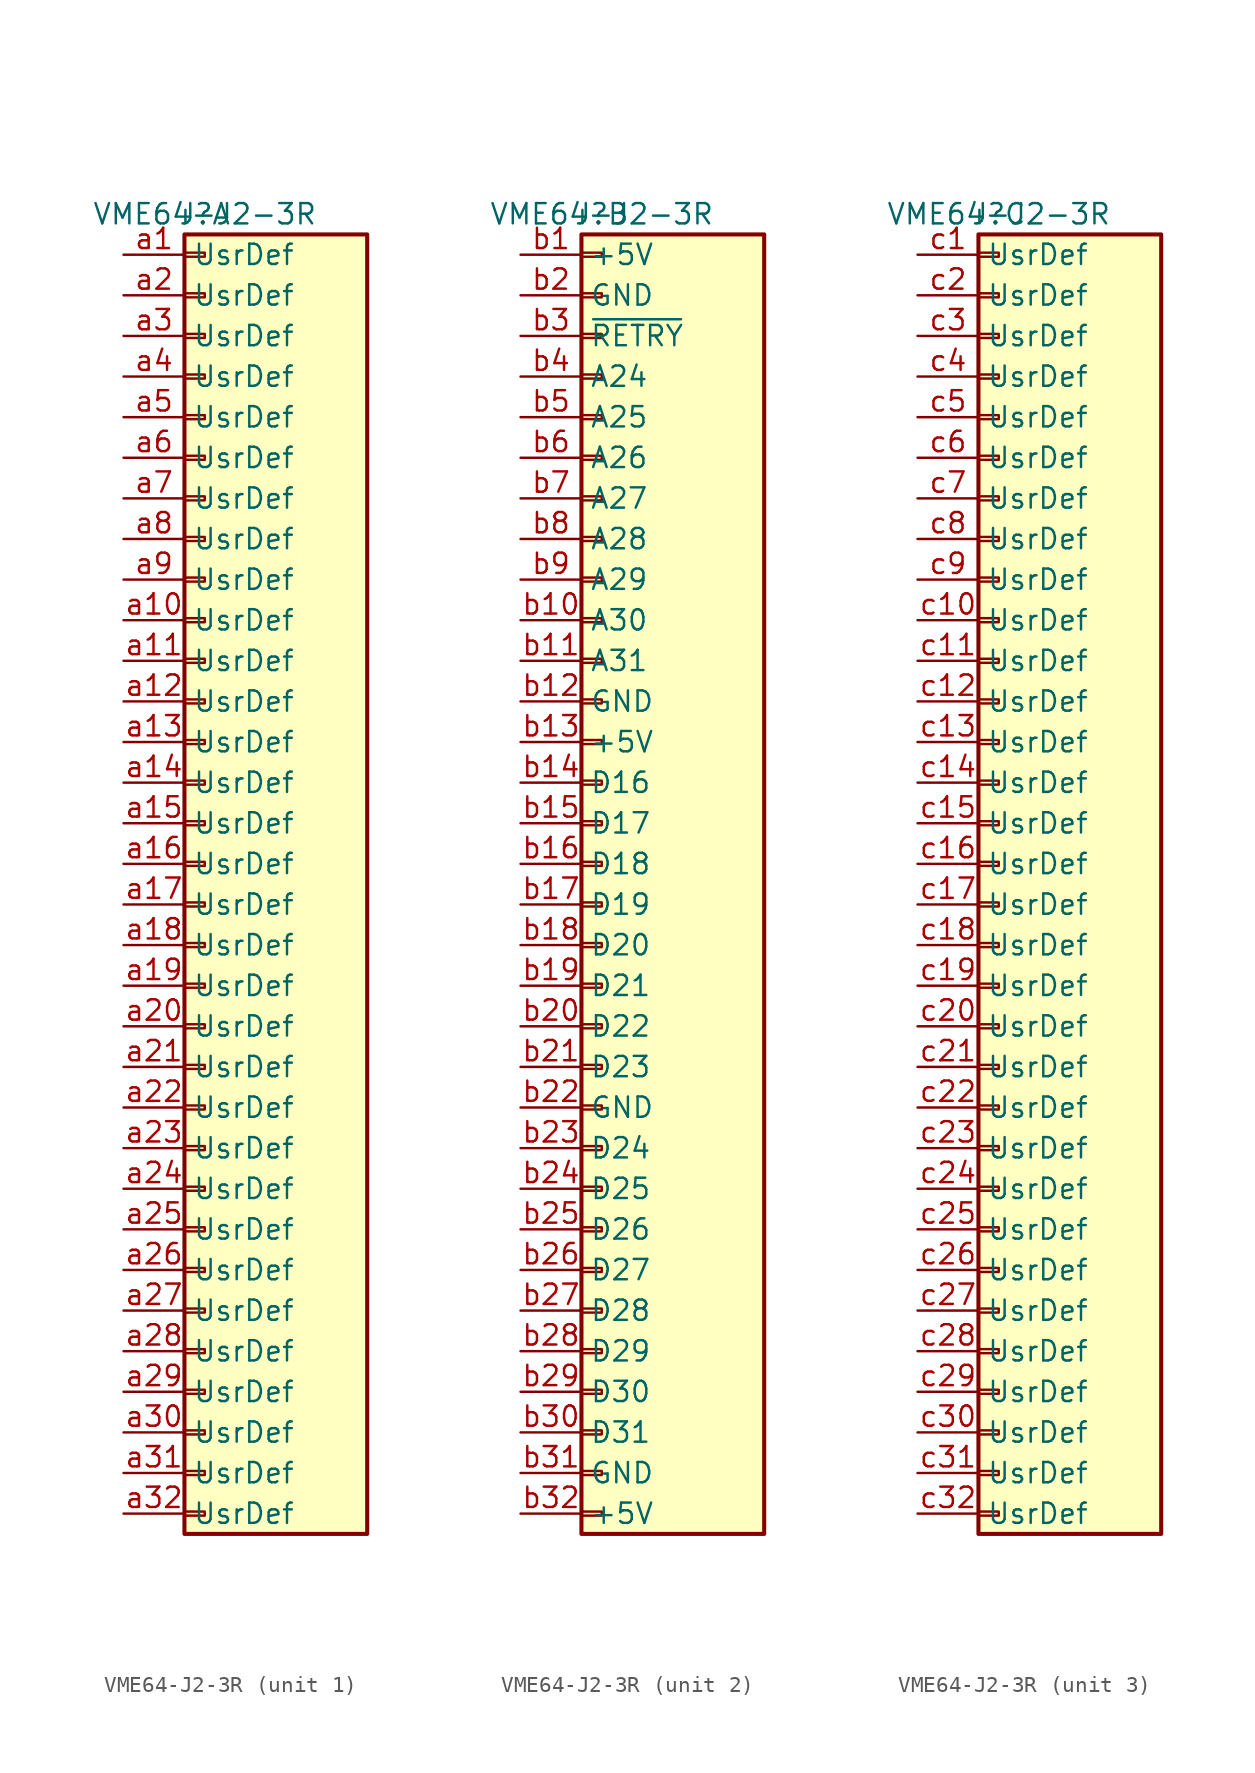
<source format=kicad_sym>
(kicad_symbol_lib
  (version 20231120)
  (generator "kicad_symbol_editor")
  (generator_version "8.0")
  (symbol "VME64-J2-3R"
    (property "Reference" "J"
      (at 0 40.64 0)
      (effects (font (size 1.27 1.27))))
    (property "Value" "VME64-J2-3R"
      (at 0 40.64 0)
      (effects (font (size 1.27 1.27))))
    (property "ki_locked" ""
      (at 0 0 0)
      (effects (font (size 1.27 1.27))))
    (symbol "VME64-J2-3R_1_1"
      (rectangle (start -1.27 -40.513) (end 0 -40.767) (stroke (width 0.152) (type default)) (fill (type none)))
      (rectangle (start -1.27 -37.973) (end 0 -38.227) (stroke (width 0.152) (type default)) (fill (type none)))
      (rectangle (start -1.27 -35.433) (end 0 -35.687) (stroke (width 0.152) (type default)) (fill (type none)))
      (rectangle (start -1.27 -32.893) (end 0 -33.147) (stroke (width 0.152) (type default)) (fill (type none)))
      (rectangle (start -1.27 -30.353) (end 0 -30.607) (stroke (width 0.152) (type default)) (fill (type none)))
      (rectangle (start -1.27 -27.813) (end 0 -28.067) (stroke (width 0.152) (type default)) (fill (type none)))
      (rectangle (start -1.27 -25.273) (end 0 -25.527) (stroke (width 0.152) (type default)) (fill (type none)))
      (rectangle (start -1.27 -22.733) (end 0 -22.987) (stroke (width 0.152) (type default)) (fill (type none)))
      (rectangle (start -1.27 -20.193) (end 0 -20.447) (stroke (width 0.152) (type default)) (fill (type none)))
      (rectangle (start -1.27 -17.653) (end 0 -17.907) (stroke (width 0.152) (type default)) (fill (type none)))
      (rectangle (start -1.27 -15.113) (end 0 -15.367) (stroke (width 0.152) (type default)) (fill (type none)))
      (rectangle (start -1.27 -12.573) (end 0 -12.827) (stroke (width 0.152) (type default)) (fill (type none)))
      (rectangle (start -1.27 -10.033) (end 0 -10.287) (stroke (width 0.152) (type default)) (fill (type none)))
      (rectangle (start -1.27 -7.493) (end 0 -7.747) (stroke (width 0.152) (type default)) (fill (type none)))
      (rectangle (start -1.27 -4.953) (end 0 -5.207) (stroke (width 0.152) (type default)) (fill (type none)))
      (rectangle (start -1.27 -2.413) (end 0 -2.667) (stroke (width 0.152) (type default)) (fill (type none)))
      (rectangle (start -1.27 0.127) (end 0 -0.127) (stroke (width 0.152) (type default)) (fill (type none)))
      (rectangle (start -1.27 2.667) (end 0 2.413) (stroke (width 0.152) (type default)) (fill (type none)))
      (rectangle (start -1.27 5.207) (end 0 4.953) (stroke (width 0.152) (type default)) (fill (type none)))
      (rectangle (start -1.27 7.747) (end 0 7.493) (stroke (width 0.152) (type default)) (fill (type none)))
      (rectangle (start -1.27 10.287) (end 0 10.033) (stroke (width 0.152) (type default)) (fill (type none)))
      (rectangle (start -1.27 12.827) (end 0 12.573) (stroke (width 0.152) (type default)) (fill (type none)))
      (rectangle (start -1.27 15.367) (end 0 15.113) (stroke (width 0.152) (type default)) (fill (type none)))
      (rectangle (start -1.27 17.907) (end 0 17.653) (stroke (width 0.152) (type default)) (fill (type none)))
      (rectangle (start -1.27 20.447) (end 0 20.193) (stroke (width 0.152) (type default)) (fill (type none)))
      (rectangle (start -1.27 22.987) (end 0 22.733) (stroke (width 0.152) (type default)) (fill (type none)))
      (rectangle (start -1.27 25.527) (end 0 25.273) (stroke (width 0.152) (type default)) (fill (type none)))
      (rectangle (start -1.27 28.067) (end 0 27.813) (stroke (width 0.152) (type default)) (fill (type none)))
      (rectangle (start -1.27 30.607) (end 0 30.353) (stroke (width 0.152) (type default)) (fill (type none)))
      (rectangle (start -1.27 33.147) (end 0 32.893) (stroke (width 0.152) (type default)) (fill (type none)))
      (rectangle (start -1.27 35.687) (end 0 35.433) (stroke (width 0.152) (type default)) (fill (type none)))
      (rectangle (start -1.27 38.227) (end 0 37.973) (stroke (width 0.152) (type default)) (fill (type none)))
      (rectangle (start -1.27 39.37) (end 10.16 -41.91) (stroke (width 0.254) (type default)) (fill (type background)))
      (pin bidirectional line (at -5.08 38.1 0) (length 3.81) (name "UsrDef" (effects (font (size 1.27 1.27)))) (number "a1" (effects (font (size 1.27 1.27)))))
      (pin bidirectional line (at -5.08 15.24 0) (length 3.81) (name "UsrDef" (effects (font (size 1.27 1.27)))) (number "a10" (effects (font (size 1.27 1.27)))))
      (pin bidirectional line (at -5.08 12.7 0) (length 3.81) (name "UsrDef" (effects (font (size 1.27 1.27)))) (number "a11" (effects (font (size 1.27 1.27)))))
      (pin bidirectional line (at -5.08 10.16 0) (length 3.81) (name "UsrDef" (effects (font (size 1.27 1.27)))) (number "a12" (effects (font (size 1.27 1.27)))))
      (pin bidirectional line (at -5.08 7.62 0) (length 3.81) (name "UsrDef" (effects (font (size 1.27 1.27)))) (number "a13" (effects (font (size 1.27 1.27)))))
      (pin bidirectional line (at -5.08 5.08 0) (length 3.81) (name "UsrDef" (effects (font (size 1.27 1.27)))) (number "a14" (effects (font (size 1.27 1.27)))))
      (pin bidirectional line (at -5.08 2.54 0) (length 3.81) (name "UsrDef" (effects (font (size 1.27 1.27)))) (number "a15" (effects (font (size 1.27 1.27)))))
      (pin bidirectional line (at -5.08 0 0) (length 3.81) (name "UsrDef" (effects (font (size 1.27 1.27)))) (number "a16" (effects (font (size 1.27 1.27)))))
      (pin bidirectional line (at -5.08 -2.54 0) (length 3.81) (name "UsrDef" (effects (font (size 1.27 1.27)))) (number "a17" (effects (font (size 1.27 1.27)))))
      (pin bidirectional line (at -5.08 -5.08 0) (length 3.81) (name "UsrDef" (effects (font (size 1.27 1.27)))) (number "a18" (effects (font (size 1.27 1.27)))))
      (pin bidirectional line (at -5.08 -7.62 0) (length 3.81) (name "UsrDef" (effects (font (size 1.27 1.27)))) (number "a19" (effects (font (size 1.27 1.27)))))
      (pin bidirectional line (at -5.08 35.56 0) (length 3.81) (name "UsrDef" (effects (font (size 1.27 1.27)))) (number "a2" (effects (font (size 1.27 1.27)))))
      (pin bidirectional line (at -5.08 -10.16 0) (length 3.81) (name "UsrDef" (effects (font (size 1.27 1.27)))) (number "a20" (effects (font (size 1.27 1.27)))))
      (pin bidirectional line (at -5.08 -12.7 0) (length 3.81) (name "UsrDef" (effects (font (size 1.27 1.27)))) (number "a21" (effects (font (size 1.27 1.27)))))
      (pin bidirectional line (at -5.08 -15.24 0) (length 3.81) (name "UsrDef" (effects (font (size 1.27 1.27)))) (number "a22" (effects (font (size 1.27 1.27)))))
      (pin bidirectional line (at -5.08 -17.78 0) (length 3.81) (name "UsrDef" (effects (font (size 1.27 1.27)))) (number "a23" (effects (font (size 1.27 1.27)))))
      (pin bidirectional line (at -5.08 -20.32 0) (length 3.81) (name "UsrDef" (effects (font (size 1.27 1.27)))) (number "a24" (effects (font (size 1.27 1.27)))))
      (pin bidirectional line (at -5.08 -22.86 0) (length 3.81) (name "UsrDef" (effects (font (size 1.27 1.27)))) (number "a25" (effects (font (size 1.27 1.27)))))
      (pin bidirectional line (at -5.08 -25.4 0) (length 3.81) (name "UsrDef" (effects (font (size 1.27 1.27)))) (number "a26" (effects (font (size 1.27 1.27)))))
      (pin bidirectional line (at -5.08 -27.94 0) (length 3.81) (name "UsrDef" (effects (font (size 1.27 1.27)))) (number "a27" (effects (font (size 1.27 1.27)))))
      (pin bidirectional line (at -5.08 -30.48 0) (length 3.81) (name "UsrDef" (effects (font (size 1.27 1.27)))) (number "a28" (effects (font (size 1.27 1.27)))))
      (pin bidirectional line (at -5.08 -33.02 0) (length 3.81) (name "UsrDef" (effects (font (size 1.27 1.27)))) (number "a29" (effects (font (size 1.27 1.27)))))
      (pin bidirectional line (at -5.08 33.02 0) (length 3.81) (name "UsrDef" (effects (font (size 1.27 1.27)))) (number "a3" (effects (font (size 1.27 1.27)))))
      (pin bidirectional line (at -5.08 -35.56 0) (length 3.81) (name "UsrDef" (effects (font (size 1.27 1.27)))) (number "a30" (effects (font (size 1.27 1.27)))))
      (pin bidirectional line (at -5.08 -38.1 0) (length 3.81) (name "UsrDef" (effects (font (size 1.27 1.27)))) (number "a31" (effects (font (size 1.27 1.27)))))
      (pin bidirectional line (at -5.08 -40.64 0) (length 3.81) (name "UsrDef" (effects (font (size 1.27 1.27)))) (number "a32" (effects (font (size 1.27 1.27)))))
      (pin bidirectional line (at -5.08 30.48 0) (length 3.81) (name "UsrDef" (effects (font (size 1.27 1.27)))) (number "a4" (effects (font (size 1.27 1.27)))))
      (pin bidirectional line (at -5.08 27.94 0) (length 3.81) (name "UsrDef" (effects (font (size 1.27 1.27)))) (number "a5" (effects (font (size 1.27 1.27)))))
      (pin bidirectional line (at -5.08 25.4 0) (length 3.81) (name "UsrDef" (effects (font (size 1.27 1.27)))) (number "a6" (effects (font (size 1.27 1.27)))))
      (pin bidirectional line (at -5.08 22.86 0) (length 3.81) (name "UsrDef" (effects (font (size 1.27 1.27)))) (number "a7" (effects (font (size 1.27 1.27)))))
      (pin bidirectional line (at -5.08 20.32 0) (length 3.81) (name "UsrDef" (effects (font (size 1.27 1.27)))) (number "a8" (effects (font (size 1.27 1.27)))))
      (pin bidirectional line (at -5.08 17.78 0) (length 3.81) (name "UsrDef" (effects (font (size 1.27 1.27)))) (number "a9" (effects (font (size 1.27 1.27))))))
    (symbol "VME64-J2-3R_2_1"
      (rectangle (start -1.27 -40.513) (end 0 -40.767) (stroke (width 0.152) (type default)) (fill (type none)))
      (rectangle (start -1.27 -37.973) (end 0 -38.227) (stroke (width 0.152) (type default)) (fill (type none)))
      (rectangle (start -1.27 -35.433) (end 0 -35.687) (stroke (width 0.152) (type default)) (fill (type none)))
      (rectangle (start -1.27 -32.893) (end 0 -33.147) (stroke (width 0.152) (type default)) (fill (type none)))
      (rectangle (start -1.27 -30.353) (end 0 -30.607) (stroke (width 0.152) (type default)) (fill (type none)))
      (rectangle (start -1.27 -27.813) (end 0 -28.067) (stroke (width 0.152) (type default)) (fill (type none)))
      (rectangle (start -1.27 -25.273) (end 0 -25.527) (stroke (width 0.152) (type default)) (fill (type none)))
      (rectangle (start -1.27 -22.733) (end 0 -22.987) (stroke (width 0.152) (type default)) (fill (type none)))
      (rectangle (start -1.27 -20.193) (end 0 -20.447) (stroke (width 0.152) (type default)) (fill (type none)))
      (rectangle (start -1.27 -17.653) (end 0 -17.907) (stroke (width 0.152) (type default)) (fill (type none)))
      (rectangle (start -1.27 -15.113) (end 0 -15.367) (stroke (width 0.152) (type default)) (fill (type none)))
      (rectangle (start -1.27 -12.573) (end 0 -12.827) (stroke (width 0.152) (type default)) (fill (type none)))
      (rectangle (start -1.27 -10.033) (end 0 -10.287) (stroke (width 0.152) (type default)) (fill (type none)))
      (rectangle (start -1.27 -7.493) (end 0 -7.747) (stroke (width 0.152) (type default)) (fill (type none)))
      (rectangle (start -1.27 -4.953) (end 0 -5.207) (stroke (width 0.152) (type default)) (fill (type none)))
      (rectangle (start -1.27 -2.413) (end 0 -2.667) (stroke (width 0.152) (type default)) (fill (type none)))
      (rectangle (start -1.27 0.127) (end 0 -0.127) (stroke (width 0.152) (type default)) (fill (type none)))
      (rectangle (start -1.27 2.667) (end 0 2.413) (stroke (width 0.152) (type default)) (fill (type none)))
      (rectangle (start -1.27 5.207) (end 0 4.953) (stroke (width 0.152) (type default)) (fill (type none)))
      (rectangle (start -1.27 7.747) (end 0 7.493) (stroke (width 0.152) (type default)) (fill (type none)))
      (rectangle (start -1.27 10.287) (end 0 10.033) (stroke (width 0.152) (type default)) (fill (type none)))
      (rectangle (start -1.27 12.827) (end 0 12.573) (stroke (width 0.152) (type default)) (fill (type none)))
      (rectangle (start -1.27 15.367) (end 0 15.113) (stroke (width 0.152) (type default)) (fill (type none)))
      (rectangle (start -1.27 17.907) (end 0 17.653) (stroke (width 0.152) (type default)) (fill (type none)))
      (rectangle (start -1.27 20.447) (end 0 20.193) (stroke (width 0.152) (type default)) (fill (type none)))
      (rectangle (start -1.27 22.987) (end 0 22.733) (stroke (width 0.152) (type default)) (fill (type none)))
      (rectangle (start -1.27 25.527) (end 0 25.273) (stroke (width 0.152) (type default)) (fill (type none)))
      (rectangle (start -1.27 28.067) (end 0 27.813) (stroke (width 0.152) (type default)) (fill (type none)))
      (rectangle (start -1.27 30.607) (end 0 30.353) (stroke (width 0.152) (type default)) (fill (type none)))
      (rectangle (start -1.27 33.147) (end 0 32.893) (stroke (width 0.152) (type default)) (fill (type none)))
      (rectangle (start -1.27 35.687) (end 0 35.433) (stroke (width 0.152) (type default)) (fill (type none)))
      (rectangle (start -1.27 38.227) (end 0 37.973) (stroke (width 0.152) (type default)) (fill (type none)))
      (rectangle (start -1.27 39.37) (end 10.16 -41.91) (stroke (width 0.254) (type default)) (fill (type background)))
      (pin power_in line (at -5.08 38.1 0) (length 3.81) (name "+5V" (effects (font (size 1.27 1.27)))) (number "b1" (effects (font (size 1.27 1.27)))))
      (pin bidirectional line (at -5.08 15.24 0) (length 3.81) (name "A30" (effects (font (size 1.27 1.27)))) (number "b10" (effects (font (size 1.27 1.27)))))
      (pin bidirectional line (at -5.08 12.7 0) (length 3.81) (name "A31" (effects (font (size 1.27 1.27)))) (number "b11" (effects (font (size 1.27 1.27)))))
      (pin power_in line (at -5.08 10.16 0) (length 3.81) (name "GND" (effects (font (size 1.27 1.27)))) (number "b12" (effects (font (size 1.27 1.27)))))
      (pin power_in line (at -5.08 7.62 0) (length 3.81) (name "+5V" (effects (font (size 1.27 1.27)))) (number "b13" (effects (font (size 1.27 1.27)))))
      (pin bidirectional line (at -5.08 5.08 0) (length 3.81) (name "D16" (effects (font (size 1.27 1.27)))) (number "b14" (effects (font (size 1.27 1.27)))))
      (pin bidirectional line (at -5.08 2.54 0) (length 3.81) (name "D17" (effects (font (size 1.27 1.27)))) (number "b15" (effects (font (size 1.27 1.27)))))
      (pin bidirectional line (at -5.08 0 0) (length 3.81) (name "D18" (effects (font (size 1.27 1.27)))) (number "b16" (effects (font (size 1.27 1.27)))))
      (pin bidirectional line (at -5.08 -2.54 0) (length 3.81) (name "D19" (effects (font (size 1.27 1.27)))) (number "b17" (effects (font (size 1.27 1.27)))))
      (pin bidirectional line (at -5.08 -5.08 0) (length 3.81) (name "D20" (effects (font (size 1.27 1.27)))) (number "b18" (effects (font (size 1.27 1.27)))))
      (pin bidirectional line (at -5.08 -7.62 0) (length 3.81) (name "D21" (effects (font (size 1.27 1.27)))) (number "b19" (effects (font (size 1.27 1.27)))))
      (pin power_in line (at -5.08 35.56 0) (length 3.81) (name "GND" (effects (font (size 1.27 1.27)))) (number "b2" (effects (font (size 1.27 1.27)))))
      (pin bidirectional line (at -5.08 -10.16 0) (length 3.81) (name "D22" (effects (font (size 1.27 1.27)))) (number "b20" (effects (font (size 1.27 1.27)))))
      (pin bidirectional line (at -5.08 -12.7 0) (length 3.81) (name "D23" (effects (font (size 1.27 1.27)))) (number "b21" (effects (font (size 1.27 1.27)))))
      (pin power_in line (at -5.08 -15.24 0) (length 3.81) (name "GND" (effects (font (size 1.27 1.27)))) (number "b22" (effects (font (size 1.27 1.27)))))
      (pin bidirectional line (at -5.08 -17.78 0) (length 3.81) (name "D24" (effects (font (size 1.27 1.27)))) (number "b23" (effects (font (size 1.27 1.27)))))
      (pin bidirectional line (at -5.08 -20.32 0) (length 3.81) (name "D25" (effects (font (size 1.27 1.27)))) (number "b24" (effects (font (size 1.27 1.27)))))
      (pin bidirectional line (at -5.08 -22.86 0) (length 3.81) (name "D26" (effects (font (size 1.27 1.27)))) (number "b25" (effects (font (size 1.27 1.27)))))
      (pin bidirectional line (at -5.08 -25.4 0) (length 3.81) (name "D27" (effects (font (size 1.27 1.27)))) (number "b26" (effects (font (size 1.27 1.27)))))
      (pin bidirectional line (at -5.08 -27.94 0) (length 3.81) (name "D28" (effects (font (size 1.27 1.27)))) (number "b27" (effects (font (size 1.27 1.27)))))
      (pin bidirectional line (at -5.08 -30.48 0) (length 3.81) (name "D29" (effects (font (size 1.27 1.27)))) (number "b28" (effects (font (size 1.27 1.27)))))
      (pin bidirectional line (at -5.08 -33.02 0) (length 3.81) (name "D30" (effects (font (size 1.27 1.27)))) (number "b29" (effects (font (size 1.27 1.27)))))
      (pin bidirectional line (at -5.08 33.02 0) (length 3.81) (name "~{RETRY}" (effects (font (size 1.27 1.27)))) (number "b3" (effects (font (size 1.27 1.27)))))
      (pin bidirectional line (at -5.08 -35.56 0) (length 3.81) (name "D31" (effects (font (size 1.27 1.27)))) (number "b30" (effects (font (size 1.27 1.27)))))
      (pin power_in line (at -5.08 -38.1 0) (length 3.81) (name "GND" (effects (font (size 1.27 1.27)))) (number "b31" (effects (font (size 1.27 1.27)))))
      (pin power_in line (at -5.08 -40.64 0) (length 3.81) (name "+5V" (effects (font (size 1.27 1.27)))) (number "b32" (effects (font (size 1.27 1.27)))))
      (pin bidirectional line (at -5.08 30.48 0) (length 3.81) (name "A24" (effects (font (size 1.27 1.27)))) (number "b4" (effects (font (size 1.27 1.27)))))
      (pin bidirectional line (at -5.08 27.94 0) (length 3.81) (name "A25" (effects (font (size 1.27 1.27)))) (number "b5" (effects (font (size 1.27 1.27)))))
      (pin bidirectional line (at -5.08 25.4 0) (length 3.81) (name "A26" (effects (font (size 1.27 1.27)))) (number "b6" (effects (font (size 1.27 1.27)))))
      (pin bidirectional line (at -5.08 22.86 0) (length 3.81) (name "A27" (effects (font (size 1.27 1.27)))) (number "b7" (effects (font (size 1.27 1.27)))))
      (pin bidirectional line (at -5.08 20.32 0) (length 3.81) (name "A28" (effects (font (size 1.27 1.27)))) (number "b8" (effects (font (size 1.27 1.27)))))
      (pin bidirectional line (at -5.08 17.78 0) (length 3.81) (name "A29" (effects (font (size 1.27 1.27)))) (number "b9" (effects (font (size 1.27 1.27))))))
    (symbol "VME64-J2-3R_3_1"
      (rectangle (start -1.27 -40.513) (end 0 -40.767) (stroke (width 0.152) (type default)) (fill (type none)))
      (rectangle (start -1.27 -37.973) (end 0 -38.227) (stroke (width 0.152) (type default)) (fill (type none)))
      (rectangle (start -1.27 -35.433) (end 0 -35.687) (stroke (width 0.152) (type default)) (fill (type none)))
      (rectangle (start -1.27 -32.893) (end 0 -33.147) (stroke (width 0.152) (type default)) (fill (type none)))
      (rectangle (start -1.27 -30.353) (end 0 -30.607) (stroke (width 0.152) (type default)) (fill (type none)))
      (rectangle (start -1.27 -27.813) (end 0 -28.067) (stroke (width 0.152) (type default)) (fill (type none)))
      (rectangle (start -1.27 -25.273) (end 0 -25.527) (stroke (width 0.152) (type default)) (fill (type none)))
      (rectangle (start -1.27 -22.733) (end 0 -22.987) (stroke (width 0.152) (type default)) (fill (type none)))
      (rectangle (start -1.27 -20.193) (end 0 -20.447) (stroke (width 0.152) (type default)) (fill (type none)))
      (rectangle (start -1.27 -17.653) (end 0 -17.907) (stroke (width 0.152) (type default)) (fill (type none)))
      (rectangle (start -1.27 -15.113) (end 0 -15.367) (stroke (width 0.152) (type default)) (fill (type none)))
      (rectangle (start -1.27 -12.573) (end 0 -12.827) (stroke (width 0.152) (type default)) (fill (type none)))
      (rectangle (start -1.27 -10.033) (end 0 -10.287) (stroke (width 0.152) (type default)) (fill (type none)))
      (rectangle (start -1.27 -7.493) (end 0 -7.747) (stroke (width 0.152) (type default)) (fill (type none)))
      (rectangle (start -1.27 -4.953) (end 0 -5.207) (stroke (width 0.152) (type default)) (fill (type none)))
      (rectangle (start -1.27 -2.413) (end 0 -2.667) (stroke (width 0.152) (type default)) (fill (type none)))
      (rectangle (start -1.27 0.127) (end 0 -0.127) (stroke (width 0.152) (type default)) (fill (type none)))
      (rectangle (start -1.27 2.667) (end 0 2.413) (stroke (width 0.152) (type default)) (fill (type none)))
      (rectangle (start -1.27 5.207) (end 0 4.953) (stroke (width 0.152) (type default)) (fill (type none)))
      (rectangle (start -1.27 7.747) (end 0 7.493) (stroke (width 0.152) (type default)) (fill (type none)))
      (rectangle (start -1.27 10.287) (end 0 10.033) (stroke (width 0.152) (type default)) (fill (type none)))
      (rectangle (start -1.27 12.827) (end 0 12.573) (stroke (width 0.152) (type default)) (fill (type none)))
      (rectangle (start -1.27 15.367) (end 0 15.113) (stroke (width 0.152) (type default)) (fill (type none)))
      (rectangle (start -1.27 17.907) (end 0 17.653) (stroke (width 0.152) (type default)) (fill (type none)))
      (rectangle (start -1.27 20.447) (end 0 20.193) (stroke (width 0.152) (type default)) (fill (type none)))
      (rectangle (start -1.27 22.987) (end 0 22.733) (stroke (width 0.152) (type default)) (fill (type none)))
      (rectangle (start -1.27 25.527) (end 0 25.273) (stroke (width 0.152) (type default)) (fill (type none)))
      (rectangle (start -1.27 28.067) (end 0 27.813) (stroke (width 0.152) (type default)) (fill (type none)))
      (rectangle (start -1.27 30.607) (end 0 30.353) (stroke (width 0.152) (type default)) (fill (type none)))
      (rectangle (start -1.27 33.147) (end 0 32.893) (stroke (width 0.152) (type default)) (fill (type none)))
      (rectangle (start -1.27 35.687) (end 0 35.433) (stroke (width 0.152) (type default)) (fill (type none)))
      (rectangle (start -1.27 38.227) (end 0 37.973) (stroke (width 0.152) (type default)) (fill (type none)))
      (rectangle (start -1.27 39.37) (end 10.16 -41.91) (stroke (width 0.254) (type default)) (fill (type background)))
      (pin bidirectional line (at -5.08 38.1 0) (length 3.81) (name "UsrDef" (effects (font (size 1.27 1.27)))) (number "c1" (effects (font (size 1.27 1.27)))))
      (pin bidirectional line (at -5.08 15.24 0) (length 3.81) (name "UsrDef" (effects (font (size 1.27 1.27)))) (number "c10" (effects (font (size 1.27 1.27)))))
      (pin bidirectional line (at -5.08 12.7 0) (length 3.81) (name "UsrDef" (effects (font (size 1.27 1.27)))) (number "c11" (effects (font (size 1.27 1.27)))))
      (pin bidirectional line (at -5.08 10.16 0) (length 3.81) (name "UsrDef" (effects (font (size 1.27 1.27)))) (number "c12" (effects (font (size 1.27 1.27)))))
      (pin bidirectional line (at -5.08 7.62 0) (length 3.81) (name "UsrDef" (effects (font (size 1.27 1.27)))) (number "c13" (effects (font (size 1.27 1.27)))))
      (pin bidirectional line (at -5.08 5.08 0) (length 3.81) (name "UsrDef" (effects (font (size 1.27 1.27)))) (number "c14" (effects (font (size 1.27 1.27)))))
      (pin bidirectional line (at -5.08 2.54 0) (length 3.81) (name "UsrDef" (effects (font (size 1.27 1.27)))) (number "c15" (effects (font (size 1.27 1.27)))))
      (pin bidirectional line (at -5.08 0 0) (length 3.81) (name "UsrDef" (effects (font (size 1.27 1.27)))) (number "c16" (effects (font (size 1.27 1.27)))))
      (pin bidirectional line (at -5.08 -2.54 0) (length 3.81) (name "UsrDef" (effects (font (size 1.27 1.27)))) (number "c17" (effects (font (size 1.27 1.27)))))
      (pin bidirectional line (at -5.08 -5.08 0) (length 3.81) (name "UsrDef" (effects (font (size 1.27 1.27)))) (number "c18" (effects (font (size 1.27 1.27)))))
      (pin bidirectional line (at -5.08 -7.62 0) (length 3.81) (name "UsrDef" (effects (font (size 1.27 1.27)))) (number "c19" (effects (font (size 1.27 1.27)))))
      (pin bidirectional line (at -5.08 35.56 0) (length 3.81) (name "UsrDef" (effects (font (size 1.27 1.27)))) (number "c2" (effects (font (size 1.27 1.27)))))
      (pin bidirectional line (at -5.08 -10.16 0) (length 3.81) (name "UsrDef" (effects (font (size 1.27 1.27)))) (number "c20" (effects (font (size 1.27 1.27)))))
      (pin bidirectional line (at -5.08 -12.7 0) (length 3.81) (name "UsrDef" (effects (font (size 1.27 1.27)))) (number "c21" (effects (font (size 1.27 1.27)))))
      (pin bidirectional line (at -5.08 -15.24 0) (length 3.81) (name "UsrDef" (effects (font (size 1.27 1.27)))) (number "c22" (effects (font (size 1.27 1.27)))))
      (pin bidirectional line (at -5.08 -17.78 0) (length 3.81) (name "UsrDef" (effects (font (size 1.27 1.27)))) (number "c23" (effects (font (size 1.27 1.27)))))
      (pin bidirectional line (at -5.08 -20.32 0) (length 3.81) (name "UsrDef" (effects (font (size 1.27 1.27)))) (number "c24" (effects (font (size 1.27 1.27)))))
      (pin bidirectional line (at -5.08 -22.86 0) (length 3.81) (name "UsrDef" (effects (font (size 1.27 1.27)))) (number "c25" (effects (font (size 1.27 1.27)))))
      (pin bidirectional line (at -5.08 -25.4 0) (length 3.81) (name "UsrDef" (effects (font (size 1.27 1.27)))) (number "c26" (effects (font (size 1.27 1.27)))))
      (pin bidirectional line (at -5.08 -27.94 0) (length 3.81) (name "UsrDef" (effects (font (size 1.27 1.27)))) (number "c27" (effects (font (size 1.27 1.27)))))
      (pin bidirectional line (at -5.08 -30.48 0) (length 3.81) (name "UsrDef" (effects (font (size 1.27 1.27)))) (number "c28" (effects (font (size 1.27 1.27)))))
      (pin bidirectional line (at -5.08 -33.02 0) (length 3.81) (name "UsrDef" (effects (font (size 1.27 1.27)))) (number "c29" (effects (font (size 1.27 1.27)))))
      (pin bidirectional line (at -5.08 33.02 0) (length 3.81) (name "UsrDef" (effects (font (size 1.27 1.27)))) (number "c3" (effects (font (size 1.27 1.27)))))
      (pin bidirectional line (at -5.08 -35.56 0) (length 3.81) (name "UsrDef" (effects (font (size 1.27 1.27)))) (number "c30" (effects (font (size 1.27 1.27)))))
      (pin bidirectional line (at -5.08 -38.1 0) (length 3.81) (name "UsrDef" (effects (font (size 1.27 1.27)))) (number "c31" (effects (font (size 1.27 1.27)))))
      (pin bidirectional line (at -5.08 -40.64 0) (length 3.81) (name "UsrDef" (effects (font (size 1.27 1.27)))) (number "c32" (effects (font (size 1.27 1.27)))))
      (pin bidirectional line (at -5.08 30.48 0) (length 3.81) (name "UsrDef" (effects (font (size 1.27 1.27)))) (number "c4" (effects (font (size 1.27 1.27)))))
      (pin bidirectional line (at -5.08 27.94 0) (length 3.81) (name "UsrDef" (effects (font (size 1.27 1.27)))) (number "c5" (effects (font (size 1.27 1.27)))))
      (pin bidirectional line (at -5.08 25.4 0) (length 3.81) (name "UsrDef" (effects (font (size 1.27 1.27)))) (number "c6" (effects (font (size 1.27 1.27)))))
      (pin bidirectional line (at -5.08 22.86 0) (length 3.81) (name "UsrDef" (effects (font (size 1.27 1.27)))) (number "c7" (effects (font (size 1.27 1.27)))))
      (pin bidirectional line (at -5.08 20.32 0) (length 3.81) (name "UsrDef" (effects (font (size 1.27 1.27)))) (number "c8" (effects (font (size 1.27 1.27)))))
      (pin bidirectional line (at -5.08 17.78 0) (length 3.81) (name "UsrDef" (effects (font (size 1.27 1.27)))) (number "c9" (effects (font (size 1.27 1.27))))))))
</source>
